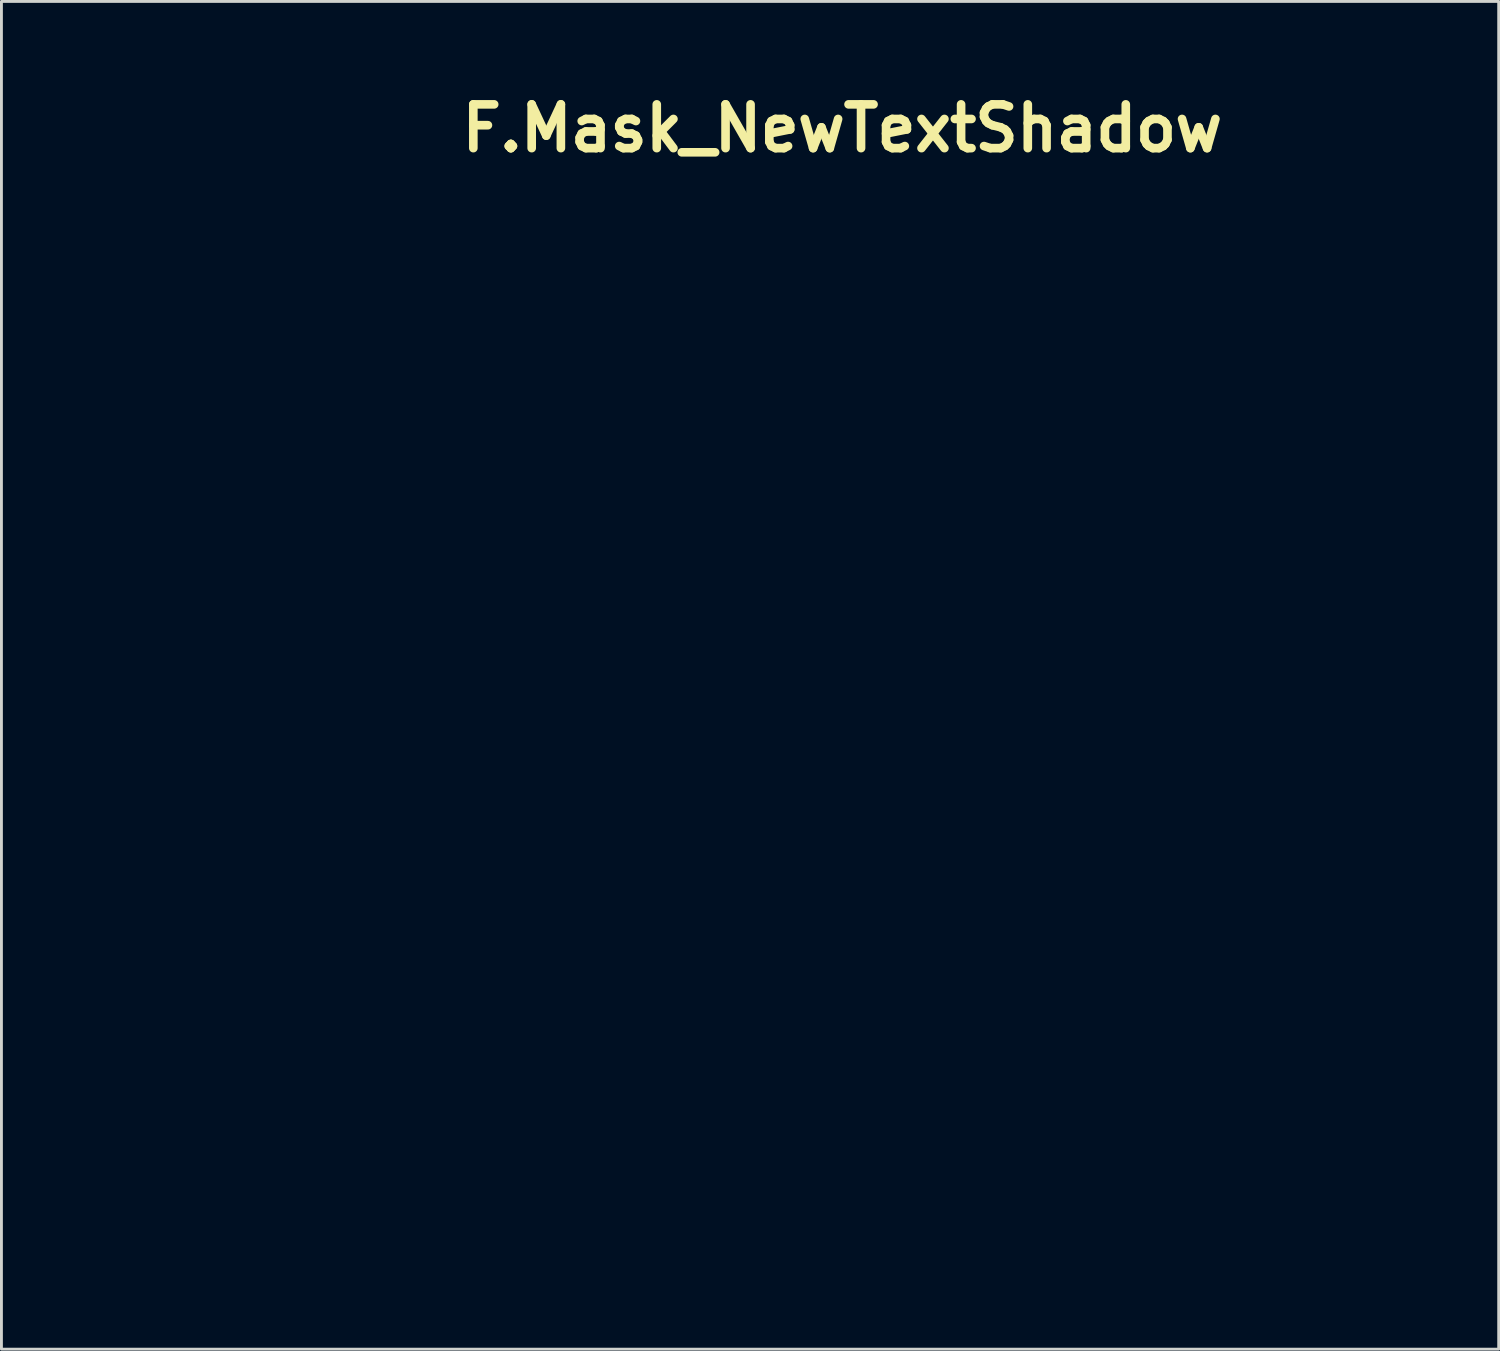
<source format=kicad_pcb>
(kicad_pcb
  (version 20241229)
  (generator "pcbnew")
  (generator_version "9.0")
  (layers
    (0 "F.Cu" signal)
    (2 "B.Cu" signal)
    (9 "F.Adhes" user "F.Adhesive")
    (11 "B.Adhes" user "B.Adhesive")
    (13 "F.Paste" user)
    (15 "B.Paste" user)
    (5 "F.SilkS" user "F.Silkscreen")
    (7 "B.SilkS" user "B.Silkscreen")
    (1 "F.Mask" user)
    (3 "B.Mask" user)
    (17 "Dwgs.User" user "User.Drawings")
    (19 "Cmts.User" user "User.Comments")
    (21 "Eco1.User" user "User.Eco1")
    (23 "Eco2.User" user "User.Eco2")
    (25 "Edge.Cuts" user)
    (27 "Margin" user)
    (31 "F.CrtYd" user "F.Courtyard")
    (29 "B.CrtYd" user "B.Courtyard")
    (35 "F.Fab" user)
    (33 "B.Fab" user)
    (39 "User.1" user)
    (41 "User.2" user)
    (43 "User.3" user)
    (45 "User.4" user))
  (footprint "F.Mask_NewTextShadow"
    (layer "F.Cu")
    (at 26.274 1.418)
    (property "Reference" "F.Mask_NewTextShadow" (at 0 0 0) (layer "F.SilkS") (effects (font (size 1.524 1.524) (thickness 0.3))))
    (attr through_hole)
    (fp_poly (pts (xy -15.821 39.497) (xy -17.199 39.497) (xy -17.199 39.025) (xy -15.821 39.025) (xy -15.821 39.497)) (stroke (width 0.01) (type solid)) (fill yes) (layer "F.Mask"))
    (fp_poly (pts (xy -10.341 37.229) (xy -11.702 37.229) (xy -11.702 36.757) (xy -10.341 36.757) (xy -10.341 37.229)) (stroke (width 0.01) (type solid)) (fill yes) (layer "F.Mask"))
    (fp_poly (pts (xy -7.602 36.249) (xy -8.418 36.249) (xy -8.418 35.778) (xy -7.602 35.778) (xy -7.602 36.249)) (stroke (width 0.01) (type solid)) (fill yes) (layer "F.Mask"))
    (fp_poly (pts (xy -6.35 38.935) (xy -7.039 38.935) (xy -7.039 38.463) (xy -6.35 38.463) (xy -6.35 38.935)) (stroke (width 0.01) (type solid)) (fill yes) (layer "F.Mask"))
    (fp_poly (pts (xy 2.74 39.497) (xy -1.542 39.497) (xy -1.542 39.025) (xy 2.74 39.025) (xy 2.74 39.497)) (stroke (width 0.01) (type solid)) (fill yes) (layer "F.Mask"))
    (fp_poly (pts (xy 9.071 36.703) (xy 7.693 36.703) (xy 7.693 36.231) (xy 9.071 36.231) (xy 9.071 36.703)) (stroke (width 0.01) (type solid)) (fill yes) (layer "F.Mask"))
    (fp_poly (pts (xy 10.124 38.935) (xy 9.434 38.935) (xy 9.434 38.463) (xy 10.124 38.463) (xy 10.124 38.935)) (stroke (width 0.01) (type solid)) (fill yes) (layer "F.Mask"))
    (fp_poly (pts (xy 16.292 39.497) (xy 14.932 39.497) (xy 14.932 39.025) (xy 16.292 39.025) (xy 16.292 39.497)) (stroke (width 0.01) (type solid)) (fill yes) (layer "F.Mask"))
    (fp_poly (pts (xy 19.848 39.497) (xy 18.469 39.497) (xy 18.469 39.025) (xy 19.848 39.025) (xy 19.848 39.497)) (stroke (width 0.01) (type solid)) (fill yes) (layer "F.Mask"))
    (fp_poly (pts (xy -21.399 36.24) (xy -21.394 36.472) (xy -21.389 36.703) (xy -22.769 36.703) (xy -22.769 36.231) (xy -21.399 36.24)) (stroke (width 0.01) (type solid)) (fill yes) (layer "F.Mask"))
    (fp_poly (pts (xy 3.062 38.467) (xy 3.402 38.472) (xy 3.407 38.703) (xy 3.412 38.935) (xy 2.721 38.935) (xy 2.721 38.462) (xy 3.062 38.467)) (stroke (width 0.01) (type solid)) (fill yes) (layer "F.Mask"))
    (fp_poly (pts (xy -18.409 35.8) (xy -17.405 35.805) (xy -17.33 35.855) (xy -17.277 35.894) (xy -17.239 35.936) (xy -17.212 35.987) (xy -17.195 36.052) (xy -17.187 36.139) (xy -17.184 36.252) (xy -17.185 36.327) (xy -17.188 36.429) (xy -17.191 36.5) (xy -17.196 36.539) (xy -17.201 36.543) (xy -17.203 36.533) (xy -17.236 36.445) (xy -17.297 36.366) (xy -17.377 36.306) (xy -17.381 36.304) (xy -17.398 36.296) (xy -17.416 36.289) (xy -17.44 36.284) (xy -17.472 36.279) (xy -17.514 36.276) (xy -17.571 36.273) (xy -17.646 36.271) (xy -17.74 36.269) (xy -17.858 36.268) (xy -18.002 36.268) (xy -18.176 36.268) (xy -18.382 36.268) (xy -18.432 36.268) (xy -19.413 36.268) (xy -19.413 35.795) (xy -18.409 35.8)) (stroke (width 0.01) (type solid)) (fill yes) (layer "F.Mask"))
    (fp_poly (pts (xy -24.089 35.052) (xy -23.837 35.053) (xy -23.62 35.054) (xy -23.438 35.056) (xy -23.292 35.059) (xy -23.181 35.062) (xy -23.107 35.067) (xy -23.069 35.072) (xy -22.968 35.116) (xy -22.888 35.186) (xy -22.839 35.262) (xy -22.825 35.298) (xy -22.816 35.338) (xy -22.811 35.387) (xy -22.808 35.455) (xy -22.809 35.548) (xy -22.81 35.609) (xy -22.812 35.711) (xy -22.815 35.779) (xy -22.819 35.814) (xy -22.823 35.82) (xy -22.829 35.797) (xy -22.858 35.72) (xy -22.914 35.646) (xy -22.985 35.584) (xy -23.064 35.546) (xy -23.069 35.544) (xy -23.106 35.539) (xy -23.178 35.534) (xy -23.284 35.531) (xy -23.425 35.528) (xy -23.602 35.526) (xy -23.813 35.524) (xy -24.061 35.524) (xy -24.089 35.524) (xy -25.037 35.524) (xy -25.037 35.052) (xy -24.089 35.052)) (stroke (width 0.01) (type solid)) (fill yes) (layer "F.Mask"))
    (fp_poly (pts (xy 2.74 36.249) (xy 1.429 36.248) (xy 1.164 36.248) (xy 0.933 36.247) (xy 0.733 36.246) (xy 0.564 36.245) (xy 0.422 36.243) (xy 0.305 36.241) (xy 0.212 36.238) (xy 0.14 36.235) (xy 0.086 36.231) (xy 0.049 36.227) (xy 0.03 36.223) (xy -0.062 36.185) (xy -0.124 36.127) (xy -0.155 36.051) (xy -0.157 36.039) (xy -0.15 35.957) (xy -0.11 35.885) (xy -0.039 35.829) (xy -0.025 35.822) (xy -0.01 35.815) (xy 0.007 35.809) (xy 0.029 35.804) (xy 0.058 35.8) (xy 0.098 35.797) (xy 0.15 35.794) (xy 0.218 35.791) (xy 0.304 35.789) (xy 0.41 35.788) (xy 0.538 35.786) (xy 0.693 35.785) (xy 0.875 35.784) (xy 1.088 35.783) (xy 1.334 35.782) (xy 1.392 35.782) (xy 2.74 35.777) (xy 2.74 36.249)) (stroke (width 0.01) (type solid)) (fill yes) (layer "F.Mask"))
    (fp_poly (pts (xy 13.008 36.249) (xy 12.042 36.25) (xy 11.829 36.25) (xy 11.65 36.25) (xy 11.5 36.251) (xy 11.377 36.252) (xy 11.279 36.253) (xy 11.201 36.256) (xy 11.141 36.258) (xy 11.095 36.262) (xy 11.061 36.266) (xy 11.036 36.272) (xy 11.016 36.278) (xy 11.004 36.284) (xy 10.918 36.337) (xy 10.856 36.41) (xy 10.81 36.507) (xy 10.776 36.603) (xy 10.781 36.31) (xy 10.786 36.017) (xy 10.841 35.939) (xy 10.886 35.885) (xy 10.938 35.838) (xy 10.959 35.824) (xy 10.973 35.816) (xy 10.99 35.809) (xy 11.011 35.803) (xy 11.041 35.799) (xy 11.081 35.795) (xy 11.135 35.792) (xy 11.206 35.789) (xy 11.298 35.787) (xy 11.412 35.786) (xy 11.552 35.784) (xy 11.721 35.783) (xy 11.922 35.782) (xy 12.015 35.782) (xy 13.008 35.777) (xy 13.008 36.249)) (stroke (width 0.01) (type solid)) (fill yes) (layer "F.Mask"))
    (fp_poly (pts (xy -12.728 35.778) (xy -12.53 35.779) (xy -12.364 35.78) (xy -12.228 35.782) (xy -12.12 35.785) (xy -12.037 35.788) (xy -11.979 35.793) (xy -11.941 35.798) (xy -11.931 35.8) (xy -11.873 35.827) (xy -11.812 35.869) (xy -11.79 35.889) (xy -11.749 35.939) (xy -11.719 35.998) (xy -11.7 36.073) (xy -11.689 36.168) (xy -11.686 36.29) (xy -11.687 36.376) (xy -11.69 36.47) (xy -11.692 36.53) (xy -11.695 36.562) (xy -11.7 36.568) (xy -11.706 36.552) (xy -11.716 36.517) (xy -11.717 36.514) (xy -11.756 36.424) (xy -11.82 36.346) (xy -11.898 36.289) (xy -11.947 36.27) (xy -11.986 36.264) (xy -12.059 36.26) (xy -12.167 36.256) (xy -12.311 36.253) (xy -12.49 36.251) (xy -12.706 36.25) (xy -12.957 36.25) (xy -12.968 36.25) (xy -13.916 36.249) (xy -13.916 35.778) (xy -12.961 35.778) (xy -12.728 35.778)) (stroke (width 0.01) (type solid)) (fill yes) (layer "F.Mask"))
    (fp_poly (pts (xy 17.222 35.778) (xy 17.457 35.778) (xy 17.664 35.779) (xy 17.841 35.781) (xy 17.988 35.784) (xy 18.103 35.787) (xy 18.184 35.791) (xy 18.231 35.795) (xy 18.239 35.797) (xy 18.325 35.838) (xy 18.401 35.905) (xy 18.454 35.988) (xy 18.46 36.001) (xy 18.472 36.042) (xy 18.48 36.093) (xy 18.484 36.162) (xy 18.485 36.255) (xy 18.484 36.34) (xy 18.481 36.442) (xy 18.478 36.509) (xy 18.474 36.542) (xy 18.469 36.544) (xy 18.465 36.527) (xy 18.433 36.443) (xy 18.375 36.365) (xy 18.297 36.303) (xy 18.261 36.283) (xy 18.243 36.276) (xy 18.221 36.27) (xy 18.193 36.265) (xy 18.155 36.261) (xy 18.104 36.257) (xy 18.038 36.255) (xy 17.952 36.253) (xy 17.844 36.252) (xy 17.712 36.251) (xy 17.55 36.25) (xy 17.358 36.25) (xy 17.231 36.25) (xy 16.274 36.249) (xy 16.274 35.778) (xy 17.222 35.778)) (stroke (width 0.01) (type solid)) (fill yes) (layer "F.Mask"))
    (fp_poly (pts (xy -2.112 37.977) (xy -2.11 38.022) (xy -2.108 38.098) (xy -2.107 38.2) (xy -2.108 38.351) (xy -2.113 38.474) (xy -2.125 38.576) (xy -2.144 38.666) (xy -2.172 38.75) (xy -2.211 38.838) (xy -2.235 38.884) (xy -2.342 39.051) (xy -2.476 39.195) (xy -2.637 39.315) (xy -2.823 39.41) (xy -2.894 39.437) (xy -3.039 39.488) (xy -6.368 39.498) (xy -6.368 39.025) (xy -4.771 39.025) (xy -4.487 39.025) (xy -4.238 39.025) (xy -4.02 39.025) (xy -3.831 39.024) (xy -3.669 39.023) (xy -3.532 39.022) (xy -3.416 39.02) (xy -3.32 39.018) (xy -3.242 39.016) (xy -3.178 39.013) (xy -3.128 39.009) (xy -3.087 39.005) (xy -3.054 39.001) (xy -3.034 38.997) (xy -2.841 38.94) (xy -2.665 38.853) (xy -2.508 38.739) (xy -2.373 38.601) (xy -2.264 38.442) (xy -2.183 38.266) (xy -2.132 38.075) (xy -2.124 38.014) (xy -2.118 37.976) (xy -2.115 37.963) (xy -2.112 37.977)) (stroke (width 0.01) (type solid)) (fill yes) (layer "F.Mask"))
    (fp_poly (pts (xy 6.754 35.052) (xy 6.942 35.052) (xy 7.1 35.053) (xy 7.231 35.054) (xy 7.338 35.057) (xy 7.423 35.061) (xy 7.49 35.067) (xy 7.542 35.074) (xy 7.581 35.084) (xy 7.611 35.097) (xy 7.635 35.112) (xy 7.655 35.131) (xy 7.675 35.153) (xy 7.688 35.167) (xy 7.725 35.215) (xy 7.751 35.266) (xy 7.768 35.327) (xy 7.778 35.405) (xy 7.781 35.507) (xy 7.78 35.614) (xy 7.777 35.714) (xy 7.773 35.778) (xy 7.768 35.808) (xy 7.762 35.804) (xy 7.76 35.796) (xy 7.725 35.705) (xy 7.667 35.624) (xy 7.594 35.565) (xy 7.584 35.56) (xy 7.568 35.552) (xy 7.549 35.546) (xy 7.526 35.54) (xy 7.495 35.535) (xy 7.453 35.532) (xy 7.397 35.529) (xy 7.324 35.527) (xy 7.231 35.526) (xy 7.115 35.525) (xy 6.972 35.524) (xy 6.801 35.524) (xy 6.597 35.524) (xy 6.532 35.524) (xy 5.552 35.524) (xy 5.552 35.052) (xy 6.532 35.052) (xy 6.754 35.052)) (stroke (width 0.01) (type solid)) (fill yes) (layer "F.Mask"))
    (fp_poly (pts (xy -15.248 38.041) (xy -15.196 38.242) (xy -15.114 38.426) (xy -15.002 38.592) (xy -14.863 38.736) (xy -14.698 38.856) (xy -14.51 38.95) (xy -14.424 38.982) (xy -14.401 38.989) (xy -14.375 38.995) (xy -14.342 39) (xy -14.301 39.004) (xy -14.247 39.007) (xy -14.179 39.01) (xy -14.093 39.013) (xy -13.986 39.015) (xy -13.855 39.016) (xy -13.699 39.018) (xy -13.513 39.019) (xy -13.295 39.02) (xy -13.176 39.021) (xy -12.029 39.027) (xy -12.029 39.497) (xy -13.122 39.495) (xy -13.32 39.494) (xy -13.51 39.493) (xy -13.688 39.492) (xy -13.849 39.49) (xy -13.992 39.488) (xy -14.112 39.486) (xy -14.206 39.483) (xy -14.271 39.481) (xy -14.301 39.478) (xy -14.484 39.43) (xy -14.663 39.352) (xy -14.827 39.247) (xy -14.968 39.121) (xy -14.986 39.102) (xy -15.071 38.99) (xy -15.147 38.857) (xy -15.209 38.716) (xy -15.249 38.581) (xy -15.249 38.581) (xy -15.263 38.486) (xy -15.271 38.358) (xy -15.274 38.203) (xy -15.274 38.173) (xy -15.273 37.891) (xy -15.248 38.041)) (stroke (width 0.01) (type solid)) (fill yes) (layer "F.Mask"))
    (fp_poly (pts (xy -9.768 37.928) (xy -9.761 37.962) (xy -9.749 38.021) (xy -9.735 38.093) (xy -9.732 38.109) (xy -9.679 38.292) (xy -9.594 38.463) (xy -9.48 38.619) (xy -9.34 38.755) (xy -9.178 38.869) (xy -8.996 38.957) (xy -8.926 38.981) (xy -8.894 38.99) (xy -8.856 38.998) (xy -8.808 39.004) (xy -8.746 39.008) (xy -8.666 39.012) (xy -8.564 39.015) (xy -8.435 39.018) (xy -8.275 39.02) (xy -8.214 39.021) (xy -7.602 39.028) (xy -7.602 39.497) (xy -8.16 39.495) (xy -8.303 39.494) (xy -8.438 39.492) (xy -8.56 39.49) (xy -8.664 39.487) (xy -8.744 39.483) (xy -8.794 39.479) (xy -8.804 39.478) (xy -8.994 39.429) (xy -9.174 39.348) (xy -9.338 39.241) (xy -9.48 39.109) (xy -9.597 38.957) (xy -9.64 38.882) (xy -9.682 38.799) (xy -9.713 38.726) (xy -9.736 38.653) (xy -9.751 38.575) (xy -9.761 38.483) (xy -9.768 38.37) (xy -9.771 38.228) (xy -9.771 38.227) (xy -9.773 38.124) (xy -9.773 38.038) (xy -9.772 37.973) (xy -9.771 37.934) (xy -9.768 37.927) (xy -9.768 37.928)) (stroke (width 0.01) (type solid)) (fill yes) (layer "F.Mask"))
    (fp_poly (pts (xy -26.253 37.956) (xy -26.242 37.996) (xy -26.227 38.071) (xy -26.218 38.118) (xy -26.168 38.289) (xy -26.086 38.453) (xy -25.977 38.606) (xy -25.844 38.741) (xy -25.693 38.853) (xy -25.559 38.924) (xy -25.512 38.944) (xy -25.468 38.961) (xy -25.422 38.976) (xy -25.372 38.988) (xy -25.315 38.998) (xy -25.247 39.006) (xy -25.166 39.012) (xy -25.069 39.017) (xy -24.952 39.021) (xy -24.813 39.023) (xy -24.648 39.024) (xy -24.454 39.025) (xy -24.229 39.025) (xy -24.104 39.025) (xy -23.023 39.025) (xy -23.023 39.497) (xy -24.116 39.494) (xy -24.314 39.494) (xy -24.501 39.493) (xy -24.676 39.492) (xy -24.835 39.491) (xy -24.973 39.49) (xy -25.089 39.488) (xy -25.178 39.487) (xy -25.238 39.486) (xy -25.264 39.484) (xy -25.447 39.442) (xy -25.622 39.368) (xy -25.786 39.265) (xy -25.933 39.137) (xy -26.057 38.988) (xy -26.155 38.821) (xy -26.159 38.812) (xy -26.205 38.695) (xy -26.237 38.568) (xy -26.258 38.425) (xy -26.267 38.258) (xy -26.269 38.145) (xy -26.268 38.044) (xy -26.265 37.979) (xy -26.261 37.95) (xy -26.253 37.956)) (stroke (width 0.01) (type solid)) (fill yes) (layer "F.Mask"))
    (fp_poly (pts (xy -20.741 37.991) (xy -20.736 38.025) (xy -20.693 38.218) (xy -20.618 38.398) (xy -20.513 38.562) (xy -20.382 38.707) (xy -20.226 38.83) (xy -20.048 38.928) (xy -19.93 38.974) (xy -19.904 38.982) (xy -19.879 38.99) (xy -19.851 38.996) (xy -19.819 39.001) (xy -19.779 39.005) (xy -19.729 39.009) (xy -19.665 39.011) (xy -19.584 39.014) (xy -19.484 39.016) (xy -19.361 39.017) (xy -19.213 39.018) (xy -19.036 39.019) (xy -18.829 39.02) (xy -18.655 39.021) (xy -17.508 39.027) (xy -17.508 39.497) (xy -18.61 39.495) (xy -18.854 39.495) (xy -19.064 39.494) (xy -19.243 39.493) (xy -19.394 39.491) (xy -19.519 39.489) (xy -19.62 39.486) (xy -19.701 39.482) (xy -19.763 39.478) (xy -19.81 39.473) (xy -19.839 39.469) (xy -20.019 39.415) (xy -20.189 39.33) (xy -20.345 39.218) (xy -20.482 39.082) (xy -20.597 38.926) (xy -20.685 38.756) (xy -20.728 38.626) (xy -20.74 38.565) (xy -20.748 38.481) (xy -20.752 38.371) (xy -20.753 38.23) (xy -20.753 38.218) (xy -20.752 38.109) (xy -20.75 38.035) (xy -20.748 37.992) (xy -20.745 37.978) (xy -20.741 37.991)) (stroke (width 0.01) (type solid)) (fill yes) (layer "F.Mask"))
    (fp_poly (pts (xy -1.506 36.413) (xy -1.457 36.599) (xy -1.388 36.76) (xy -1.297 36.904) (xy -1.178 37.038) (xy -1.142 37.072) (xy -1.05 37.148) (xy -0.951 37.216) (xy -0.885 37.253) (xy -0.837 37.277) (xy -0.793 37.297) (xy -0.75 37.314) (xy -0.706 37.328) (xy -0.656 37.34) (xy -0.599 37.35) (xy -0.53 37.358) (xy -0.448 37.363) (xy -0.348 37.368) (xy -0.229 37.37) (xy -0.086 37.372) (xy 0.082 37.373) (xy 0.28 37.374) (xy 0.51 37.374) (xy 0.608 37.374) (xy 0.862 37.375) (xy 1.089 37.376) (xy 1.287 37.377) (xy 1.455 37.379) (xy 1.591 37.382) (xy 1.695 37.385) (xy 1.765 37.389) (xy 1.8 37.393) (xy 1.8 37.393) (xy 1.893 37.437) (xy 1.968 37.507) (xy 2.022 37.598) (xy 2.048 37.701) (xy 2.05 37.733) (xy 2.05 37.81) (xy -0.68 37.808) (xy -0.791 37.765) (xy -0.972 37.678) (xy -1.133 37.563) (xy -1.27 37.425) (xy -1.316 37.365) (xy -1.396 37.241) (xy -1.456 37.116) (xy -1.498 36.983) (xy -1.525 36.834) (xy -1.538 36.663) (xy -1.54 36.518) (xy -1.539 36.258) (xy -1.506 36.413)) (stroke (width 0.01) (type solid)) (fill yes) (layer "F.Mask"))
    (fp_poly (pts (xy 4.26 37.973) (xy 4.265 38.006) (xy 4.308 38.203) (xy 4.386 38.388) (xy 4.448 38.491) (xy 4.565 38.641) (xy 4.702 38.766) (xy 4.863 38.87) (xy 5.053 38.956) (xy 5.057 38.958) (xy 5.079 38.966) (xy 5.101 38.973) (xy 5.126 38.978) (xy 5.157 38.983) (xy 5.196 38.987) (xy 5.248 38.991) (xy 5.313 38.994) (xy 5.396 38.996) (xy 5.5 38.997) (xy 5.626 38.999) (xy 5.778 39) (xy 5.96 39.001) (xy 6.172 39.002) (xy 6.318 39.003) (xy 7.475 39.009) (xy 7.475 39.479) (xy 6.364 39.477) (xy 6.12 39.477) (xy 5.91 39.476) (xy 5.732 39.475) (xy 5.582 39.473) (xy 5.458 39.471) (xy 5.357 39.468) (xy 5.278 39.465) (xy 5.216 39.461) (xy 5.17 39.456) (xy 5.137 39.451) (xy 5.137 39.451) (xy 4.958 39.394) (xy 4.789 39.305) (xy 4.634 39.187) (xy 4.497 39.044) (xy 4.385 38.88) (xy 4.364 38.842) (xy 4.322 38.756) (xy 4.291 38.671) (xy 4.27 38.582) (xy 4.256 38.48) (xy 4.249 38.357) (xy 4.248 38.207) (xy 4.248 38.191) (xy 4.249 38.084) (xy 4.25 38.012) (xy 4.253 37.97) (xy 4.256 37.958) (xy 4.26 37.973)) (stroke (width 0.01) (type solid)) (fill yes) (layer "F.Mask"))
    (fp_poly (pts (xy 14.364 37.959) (xy 14.365 38.002) (xy 14.365 38.074) (xy 14.363 38.178) (xy 14.362 38.227) (xy 14.36 38.349) (xy 14.357 38.441) (xy 14.353 38.511) (xy 14.346 38.567) (xy 14.336 38.614) (xy 14.322 38.661) (xy 14.31 38.696) (xy 14.236 38.868) (xy 14.142 39.017) (xy 14.033 39.143) (xy 13.89 39.267) (xy 13.729 39.366) (xy 13.562 39.437) (xy 13.417 39.488) (xy 11.761 39.493) (xy 10.106 39.498) (xy 10.106 39.027) (xy 11.761 39.021) (xy 12.049 39.02) (xy 12.304 39.019) (xy 12.526 39.019) (xy 12.72 39.018) (xy 12.887 39.016) (xy 13.03 39.014) (xy 13.152 39.011) (xy 13.253 39.008) (xy 13.338 39.003) (xy 13.409 38.997) (xy 13.467 38.99) (xy 13.515 38.981) (xy 13.556 38.971) (xy 13.593 38.958) (xy 13.626 38.944) (xy 13.66 38.927) (xy 13.696 38.908) (xy 13.737 38.886) (xy 13.743 38.883) (xy 13.86 38.809) (xy 13.977 38.71) (xy 14.084 38.597) (xy 14.173 38.479) (xy 14.209 38.417) (xy 14.254 38.325) (xy 14.287 38.244) (xy 14.312 38.162) (xy 14.335 38.063) (xy 14.342 38.024) (xy 14.351 37.979) (xy 14.357 37.951) (xy 14.362 37.943) (xy 14.364 37.959)) (stroke (width 0.01) (type solid)) (fill yes) (layer "F.Mask")))
  (gr_rect
    (start -3 -3)
    (end 49.127 43.921)
    (stroke (width 0.1) (type default))
    (fill no)
    (layer "Edge.Cuts")))
</source>
